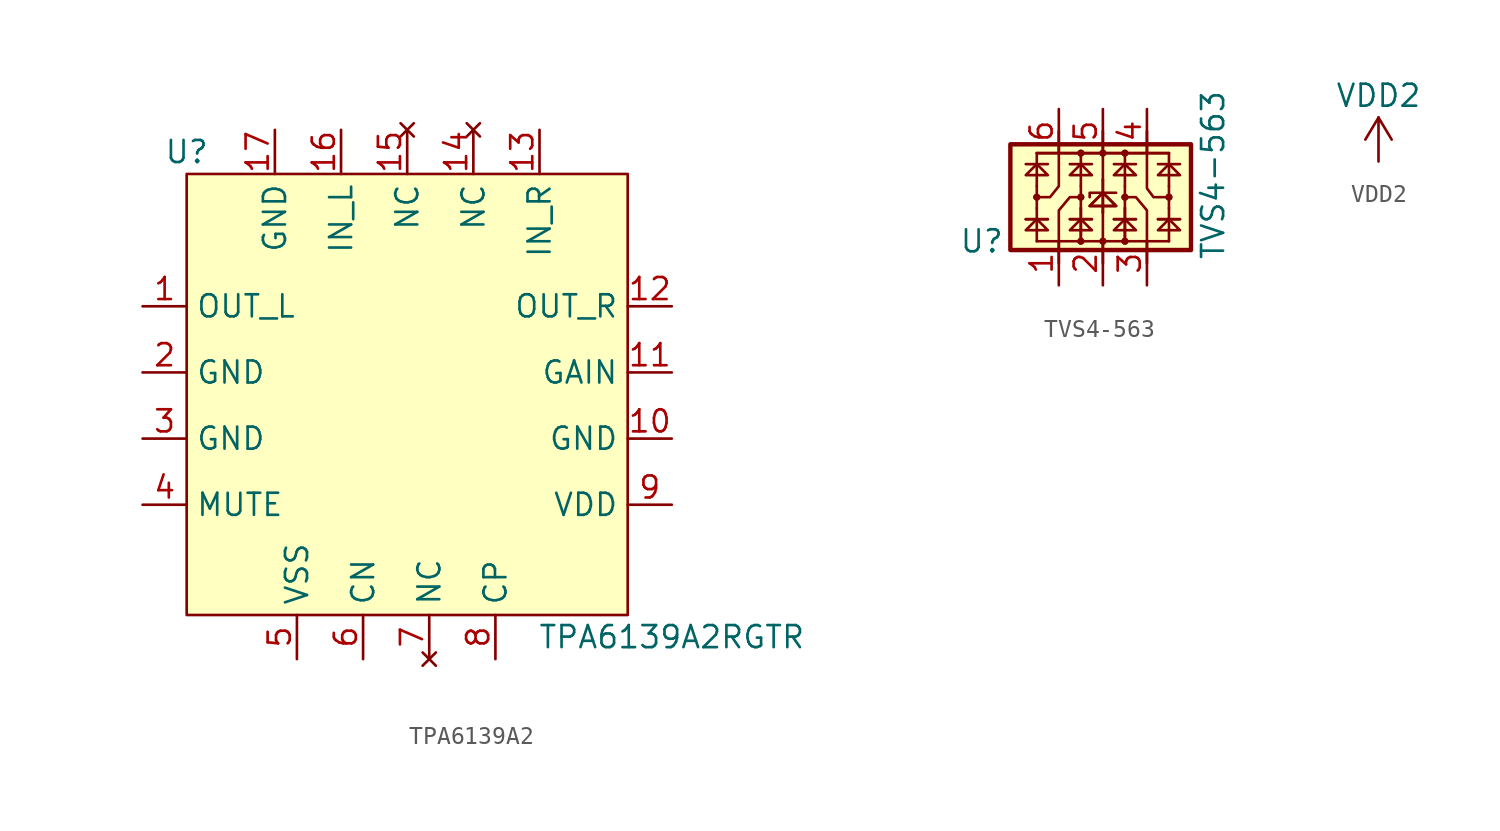
<source format=kicad_sym>
(kicad_symbol_lib
  (version 20220914)
  (generator kicad_symbol_editor)
  (symbol "TPA6139A2"
    (property "Reference" "U"
      (at -12.7 13.97 0)
      (effects (font (size 1.27 1.27))))
    (property "Value" "TPA6139A2RGTR"
      (at 15.24 -13.97 0)
      (effects (font (size 1.27 1.27))))
    (symbol "TPA6139A2_1_1"
      (rectangle (start -12.7 12.7) (end 12.7 -12.7) (stroke (width 0) (type default)) (fill (type background)))
      (pin output line (at -15.24 5.08 0) (length 2.54) (name "OUT_L" (effects (font (size 1.27 1.27)))) (number "1" (effects (font (size 1.27 1.27)))))
      (pin passive line (at 15.24 -2.54 180) (length 2.54) (name "GND" (effects (font (size 1.27 1.27)))) (number "10" (effects (font (size 1.27 1.27)))))
      (pin passive line (at 15.24 1.27 180) (length 2.54) (name "GAIN" (effects (font (size 1.27 1.27)))) (number "11" (effects (font (size 1.27 1.27)))))
      (pin output line (at 15.24 5.08 180) (length 2.54) (name "OUT_R" (effects (font (size 1.27 1.27)))) (number "12" (effects (font (size 1.27 1.27)))))
      (pin input line (at 7.62 15.24 270) (length 2.54) (name "IN_R" (effects (font (size 1.27 1.27)))) (number "13" (effects (font (size 1.27 1.27)))))
      (pin no_connect line (at 3.81 15.24 270) (length 2.54) (name "NC" (effects (font (size 1.27 1.27)))) (number "14" (effects (font (size 1.27 1.27)))))
      (pin no_connect line (at 0 15.24 270) (length 2.54) (name "NC" (effects (font (size 1.27 1.27)))) (number "15" (effects (font (size 1.27 1.27)))))
      (pin input line (at -3.81 15.24 270) (length 2.54) (name "IN_L" (effects (font (size 1.27 1.27)))) (number "16" (effects (font (size 1.27 1.27)))))
      (pin passive line (at -7.62 15.24 270) (length 2.54) (name "GND" (effects (font (size 1.27 1.27)))) (number "17" (effects (font (size 1.27 1.27)))))
      (pin passive line (at -15.24 1.27 0) (length 2.54) (name "GND" (effects (font (size 1.27 1.27)))) (number "2" (effects (font (size 1.27 1.27)))))
      (pin passive line (at -15.24 -2.54 0) (length 2.54) (name "GND" (effects (font (size 1.27 1.27)))) (number "3" (effects (font (size 1.27 1.27)))))
      (pin passive line (at -15.24 -6.35 0) (length 2.54) (name "MUTE" (effects (font (size 1.27 1.27)))) (number "4" (effects (font (size 1.27 1.27)))))
      (pin passive line (at -6.35 -15.24 90) (length 2.54) (name "VSS" (effects (font (size 1.27 1.27)))) (number "5" (effects (font (size 1.27 1.27)))))
      (pin bidirectional line (at -2.54 -15.24 90) (length 2.54) (name "CN" (effects (font (size 1.27 1.27)))) (number "6" (effects (font (size 1.27 1.27)))))
      (pin no_connect line (at 1.27 -15.24 90) (length 2.54) (name "NC" (effects (font (size 1.27 1.27)))) (number "7" (effects (font (size 1.27 1.27)))))
      (pin bidirectional line (at 5.08 -15.24 90) (length 2.54) (name "CP" (effects (font (size 1.27 1.27)))) (number "8" (effects (font (size 1.27 1.27)))))
      (pin power_in line (at 15.24 -6.35 180) (length 2.54) (name "VDD" (effects (font (size 1.27 1.27)))) (number "9" (effects (font (size 1.27 1.27)))))))
  (symbol "TVS4-563"
    (property "Reference" "U"
      (at -6.985 -2.54 0)
      (effects (font (size 1.27 1.27))))
    (property "Value" "TVS4-563"
      (at 6.35 1.27 90)
      (effects (font (size 1.27 1.27))))
    (symbol "TVS4-563_0_1"
      (rectangle (start -5.334 3.048) (end 5.08 -3.048) (stroke (width 0.254) (type solid)) (fill (type background)))
      (circle (center -3.81 0) (radius 0.127) (stroke (width 0) (type solid)) (fill (type none)))
      (circle (center -3.81 0) (radius 0.127) (stroke (width 0) (type solid)) (fill (type none)))
      (circle (center -1.27 -2.54) (radius 0.127) (stroke (width 0) (type solid)) (fill (type none)))
      (circle (center -1.27 -2.54) (radius 0.127) (stroke (width 0) (type solid)) (fill (type none)))
      (circle (center -1.27 0) (radius 0.127) (stroke (width 0) (type solid)) (fill (type none)))
      (circle (center -1.27 0) (radius 0.127) (stroke (width 0) (type solid)) (fill (type none)))
      (circle (center -1.27 2.54) (radius 0.127) (stroke (width 0) (type solid)) (fill (type none)))
      (circle (center -1.27 2.54) (radius 0.127) (stroke (width 0) (type solid)) (fill (type none)))
      (circle (center 0 -2.54) (radius 0.127) (stroke (width 0) (type solid)) (fill (type none)))
      (circle (center 0 -2.54) (radius 0.127) (stroke (width 0) (type solid)) (fill (type none)))
      (polyline (pts (xy -4.445 -1.27) (xy -3.175 -1.27)) (stroke (width 0) (type solid)) (fill (type none)))
      (polyline (pts (xy -4.445 -1.27) (xy -3.175 -1.27)) (stroke (width 0) (type solid)) (fill (type none)))
      (polyline (pts (xy -4.445 1.905) (xy -3.175 1.905)) (stroke (width 0) (type solid)) (fill (type none)))
      (polyline (pts (xy -3.81 -2.54) (xy -3.81 -0.635)) (stroke (width 0) (type solid)) (fill (type none)))
      (polyline (pts (xy -3.81 -2.54) (xy 3.81 -2.54)) (stroke (width 0) (type solid)) (fill (type none)))
      (polyline (pts (xy -3.81 -0.635) (xy -3.81 0.635)) (stroke (width 0) (type solid)) (fill (type none)))
      (polyline (pts (xy -3.81 0.635) (xy -3.81 2.54)) (stroke (width 0) (type solid)) (fill (type none)))
      (polyline (pts (xy -3.81 2.54) (xy 3.81 2.54)) (stroke (width 0) (type solid)) (fill (type none)))
      (polyline (pts (xy -3.81 2.54) (xy 3.81 2.54)) (stroke (width 0) (type solid)) (fill (type none)))
      (polyline (pts (xy -1.905 -1.27) (xy -0.635 -1.27)) (stroke (width 0) (type solid)) (fill (type none)))
      (polyline (pts (xy -1.905 -1.27) (xy -0.635 -1.27)) (stroke (width 0) (type solid)) (fill (type none)))
      (polyline (pts (xy -1.905 1.905) (xy -0.635 1.905)) (stroke (width 0) (type solid)) (fill (type none)))
      (polyline (pts (xy -1.27 -2.54) (xy -1.27 -0.635)) (stroke (width 0) (type solid)) (fill (type none)))
      (polyline (pts (xy -1.27 -2.54) (xy -1.27 -0.635)) (stroke (width 0) (type solid)) (fill (type none)))
      (polyline (pts (xy -1.27 0.635) (xy -1.27 -0.635)) (stroke (width 0) (type solid)) (fill (type none)))
      (polyline (pts (xy -1.27 0.635) (xy -1.27 2.54)) (stroke (width 0) (type solid)) (fill (type none)))
      (polyline (pts (xy 0 -0.889) (xy 0 -3.81)) (stroke (width 0) (type solid)) (fill (type none)))
      (polyline (pts (xy 0 -0.889) (xy 0 1.016)) (stroke (width 0) (type solid)) (fill (type none)))
      (polyline (pts (xy 0 -0.889) (xy 0 1.016)) (stroke (width 0) (type solid)) (fill (type none)))
      (polyline (pts (xy 0 1.016) (xy 0 3.81)) (stroke (width 0) (type solid)) (fill (type none)))
      (polyline (pts (xy 0.635 -1.27) (xy 1.905 -1.27)) (stroke (width 0) (type solid)) (fill (type none)))
      (polyline (pts (xy 0.635 -1.27) (xy 1.905 -1.27)) (stroke (width 0) (type solid)) (fill (type none)))
      (polyline (pts (xy 0.635 1.905) (xy 1.905 1.905)) (stroke (width 0) (type solid)) (fill (type none)))
      (polyline (pts (xy 1.27 -2.54) (xy 1.27 -0.635)) (stroke (width 0) (type solid)) (fill (type none)))
      (polyline (pts (xy 1.27 -2.54) (xy 1.27 -0.635)) (stroke (width 0) (type solid)) (fill (type none)))
      (polyline (pts (xy 1.27 0.635) (xy 1.27 -0.635)) (stroke (width 0) (type solid)) (fill (type none)))
      (polyline (pts (xy 1.27 0.635) (xy 1.27 2.54)) (stroke (width 0) (type solid)) (fill (type none)))
      (polyline (pts (xy 3.175 -1.27) (xy 4.445 -1.27)) (stroke (width 0) (type solid)) (fill (type none)))
      (polyline (pts (xy 3.175 -1.27) (xy 4.445 -1.27)) (stroke (width 0) (type solid)) (fill (type none)))
      (polyline (pts (xy 3.175 1.905) (xy 4.445 1.905)) (stroke (width 0) (type solid)) (fill (type none)))
      (polyline (pts (xy 3.81 -2.54) (xy 3.81 -0.635)) (stroke (width 0) (type solid)) (fill (type none)))
      (polyline (pts (xy 3.81 0.635) (xy 3.81 -0.635)) (stroke (width 0) (type solid)) (fill (type none)))
      (polyline (pts (xy 3.81 0.635) (xy 3.81 2.54)) (stroke (width 0) (type solid)) (fill (type none)))
      (polyline (pts (xy 0.762 0.254) (xy -0.762 0.254) (xy -0.762 0)) (stroke (width 0) (type solid)) (fill (type none)))
      (polyline (pts (xy -4.445 -1.905) (xy -3.175 -1.905) (xy -3.81 -1.27) (xy -4.445 -1.905)) (stroke (width 0) (type solid)) (fill (type none)))
      (polyline (pts (xy -4.445 1.27) (xy -3.175 1.27) (xy -3.81 1.905) (xy -4.445 1.27)) (stroke (width 0) (type solid)) (fill (type none)))
      (polyline (pts (xy -2.54 -3.81) (xy -2.54 -0.762) (xy -1.905 0) (xy -1.27 0)) (stroke (width 0) (type solid)) (fill (type none)))
      (polyline (pts (xy -2.54 3.81) (xy -2.54 0.635) (xy -3.048 0) (xy -3.937 0)) (stroke (width 0) (type solid)) (fill (type none)))
      (polyline (pts (xy -1.905 -1.905) (xy -0.635 -1.905) (xy -1.27 -1.27) (xy -1.905 -1.905)) (stroke (width 0) (type solid)) (fill (type none)))
      (polyline (pts (xy -1.905 1.27) (xy -0.635 1.27) (xy -1.27 1.905) (xy -1.905 1.27)) (stroke (width 0) (type solid)) (fill (type none)))
      (polyline (pts (xy -0.762 -0.508) (xy 0.762 -0.508) (xy 0 0.254) (xy -0.762 -0.508)) (stroke (width 0) (type solid)) (fill (type none)))
      (polyline (pts (xy -0.762 -0.508) (xy 0.762 -0.508) (xy 0 0.254) (xy -0.762 -0.508)) (stroke (width 0) (type solid)) (fill (type none)))
      (polyline (pts (xy 0.635 -1.905) (xy 1.905 -1.905) (xy 1.27 -1.27) (xy 0.635 -1.905)) (stroke (width 0) (type solid)) (fill (type none)))
      (polyline (pts (xy 0.635 1.27) (xy 1.905 1.27) (xy 1.27 1.905) (xy 0.635 1.27)) (stroke (width 0) (type solid)) (fill (type none)))
      (polyline (pts (xy 2.54 -3.81) (xy 2.54 -0.762) (xy 1.905 0) (xy 1.143 0)) (stroke (width 0) (type solid)) (fill (type none)))
      (polyline (pts (xy 2.54 3.81) (xy 2.54 0.508) (xy 2.921 0) (xy 3.81 0)) (stroke (width 0) (type solid)) (fill (type none)))
      (polyline (pts (xy 3.175 -1.905) (xy 4.445 -1.905) (xy 3.81 -1.27) (xy 3.175 -1.905)) (stroke (width 0) (type solid)) (fill (type none)))
      (polyline (pts (xy 3.175 1.27) (xy 4.445 1.27) (xy 3.81 1.905) (xy 3.175 1.27)) (stroke (width 0) (type solid)) (fill (type none)))
      (circle (center 0 2.54) (radius 0.127) (stroke (width 0) (type solid)) (fill (type none)))
      (circle (center 0 2.54) (radius 0.127) (stroke (width 0) (type solid)) (fill (type none)))
      (circle (center 1.27 -2.54) (radius 0.127) (stroke (width 0) (type solid)) (fill (type none)))
      (circle (center 1.27 -2.54) (radius 0.127) (stroke (width 0) (type solid)) (fill (type none)))
      (circle (center 1.27 0) (radius 0.127) (stroke (width 0) (type solid)) (fill (type none)))
      (circle (center 1.27 0) (radius 0.127) (stroke (width 0) (type solid)) (fill (type none)))
      (circle (center 1.27 2.54) (radius 0.127) (stroke (width 0) (type solid)) (fill (type none)))
      (circle (center 1.27 2.54) (radius 0.127) (stroke (width 0) (type solid)) (fill (type none)))
      (circle (center 3.81 0) (radius 0.127) (stroke (width 0) (type solid)) (fill (type none)))
      (circle (center 3.81 0) (radius 0.127) (stroke (width 0) (type solid)) (fill (type none))))
    (symbol "TVS4-563_1_1"
      (pin passive line (at -2.54 -5.08 90) (length 2.54) (name "~" (effects (font (size 1.27 1.27)))) (number "1" (effects (font (size 1.27 1.27)))))
      (pin passive line (at 0 -5.08 90) (length 2.54) (name "~" (effects (font (size 1.27 1.27)))) (number "2" (effects (font (size 1.27 1.27)))))
      (pin passive line (at 2.54 -5.08 90) (length 2.54) (name "~" (effects (font (size 1.27 1.27)))) (number "3" (effects (font (size 1.27 1.27)))))
      (pin passive line (at 2.54 5.08 270) (length 2.54) (name "~" (effects (font (size 1.27 1.27)))) (number "4" (effects (font (size 1.27 1.27)))))
      (pin passive line (at 0 5.08 270) (length 2.54) (name "~" (effects (font (size 1.27 1.27)))) (number "5" (effects (font (size 1.27 1.27)))))
      (pin passive line (at -2.54 5.08 270) (length 2.54) (name "~" (effects (font (size 1.27 1.27)))) (number "6" (effects (font (size 1.27 1.27)))))))
  (symbol "VDD2"
    (power)
    (pin_names
      (offset 0))
    (property "Reference" "#PWR"
      (at 0 -3.81 0)
      (effects (font (size 1.27 1.27)) hide))
    (property "Value" "VDD2"
      (at 0 3.81 0)
      (effects (font (size 1.27 1.27))))
    (symbol "VDD2_0_1"
      (polyline (pts (xy -0.762 1.27) (xy 0 2.54)) (stroke (width 0) (type solid)) (fill (type none)))
      (polyline (pts (xy 0 0) (xy 0 2.54)) (stroke (width 0) (type solid)) (fill (type none)))
      (polyline (pts (xy 0 2.54) (xy 0.762 1.27)) (stroke (width 0) (type solid)) (fill (type none))))
    (symbol "VDD2_1_1"
      (pin power_in line (at 0 0 90) (length 0) hide (name "VDD2" (effects (font (size 1.27 1.27)))) (number "1" (effects (font (size 1.27 1.27))))))))
</source>
